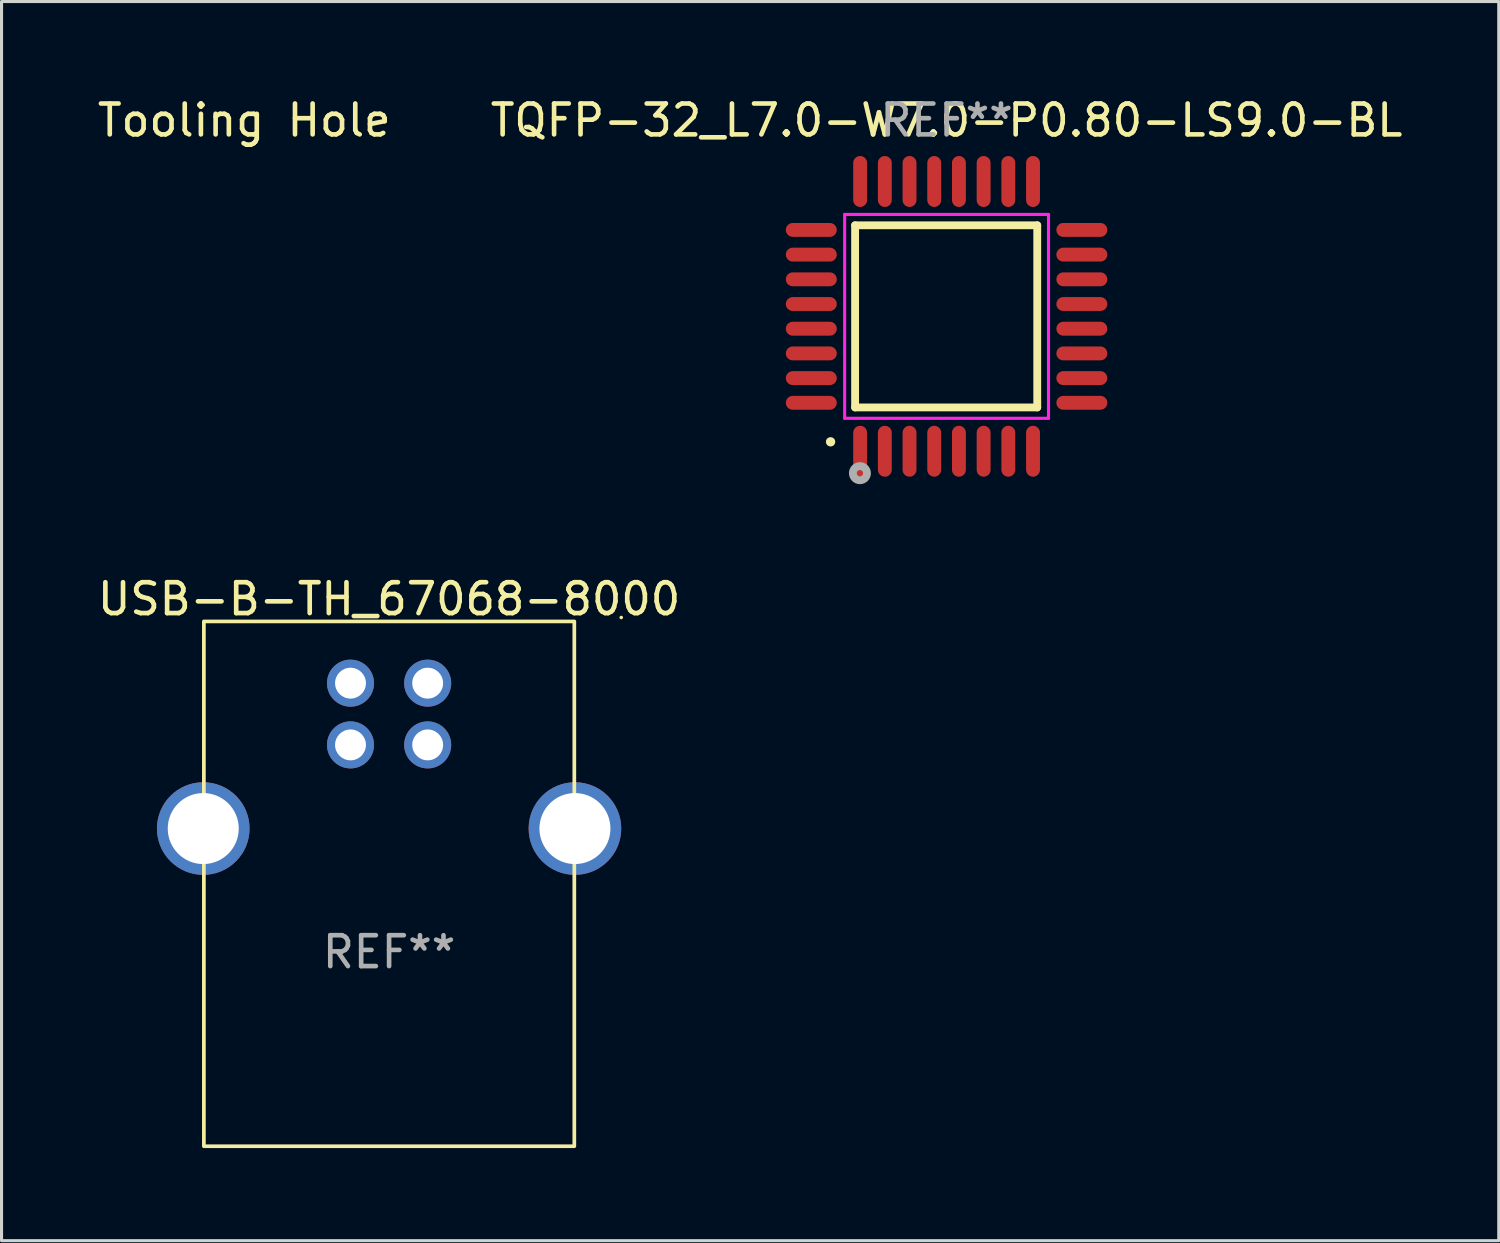
<source format=kicad_pcb>
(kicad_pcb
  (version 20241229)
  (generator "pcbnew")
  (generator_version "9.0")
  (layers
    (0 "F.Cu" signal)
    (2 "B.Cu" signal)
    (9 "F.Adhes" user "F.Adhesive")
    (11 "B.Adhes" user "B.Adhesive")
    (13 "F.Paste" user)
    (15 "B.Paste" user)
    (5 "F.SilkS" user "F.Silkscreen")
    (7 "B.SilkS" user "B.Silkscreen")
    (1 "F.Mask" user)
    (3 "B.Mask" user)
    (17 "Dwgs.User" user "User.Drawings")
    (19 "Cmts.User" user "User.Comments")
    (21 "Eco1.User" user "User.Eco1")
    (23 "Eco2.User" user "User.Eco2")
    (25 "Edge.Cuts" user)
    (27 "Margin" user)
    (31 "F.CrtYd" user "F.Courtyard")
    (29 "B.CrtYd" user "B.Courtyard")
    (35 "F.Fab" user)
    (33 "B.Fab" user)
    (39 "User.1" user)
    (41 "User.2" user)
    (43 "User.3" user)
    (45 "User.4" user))
  (footprint "TQFP-32_L7.0-W7.0-P0.80-LS9.0-BL"
    (layer "F.Cu")
    (at 27.613 7.198)
    (property "Reference" "TQFP-32_L7.0-W7.0-P0.80-LS9.0-BL" (at 0 -6.35 0) (layer "F.SilkS") (effects (font (size 1 1) (thickness 0.15))))
    (attr through_hole)
    (fp_line (start -2.963 -2.95) (end -2.963 2.95) (stroke (width 0.254) (type solid)) (layer "F.SilkS"))
    (fp_line (start -2.963 2.95) (end 2.937 2.95) (stroke (width 0.254) (type solid)) (layer "F.SilkS"))
    (fp_line (start 2.937 -2.95) (end -2.963 -2.95) (stroke (width 0.254) (type solid)) (layer "F.SilkS"))
    (fp_line (start 2.937 2.95) (end 2.937 -2.95) (stroke (width 0.254) (type solid)) (layer "F.SilkS"))
    (fp_arc (start -3.759208 4.064008) (mid -3.757938 4.064003) (end -3.756668 4.064008) (stroke (width 0.3) (type solid)) (layer "F.SilkS"))
    (fp_line (start -3.302 -3.302) (end 3.302 -3.302) (stroke (width 0.1) (type solid)) (layer "F.CrtYd"))
    (fp_line (start -3.302 3.302) (end -3.302 -3.302) (stroke (width 0.1) (type solid)) (layer "F.CrtYd"))
    (fp_line (start 3.302 -3.302) (end 3.302 3.302) (stroke (width 0.1) (type solid)) (layer "F.CrtYd"))
    (fp_line (start 3.302 3.302) (end -3.302 3.302) (stroke (width 0.1) (type solid)) (layer "F.CrtYd"))
    (fp_circle (center -2.807 5.08) (end -2.705 5.08) (stroke (width 0.254) (type solid)) (fill no) (layer "F.Fab"))
    (fp_text user "REF**" (at 0 -6.35 0) (layer "F.Fab") (effects (font (size 1 1) (thickness 0.15))))
    (pad "1" smd oval (at -2.8 4.369) (size 0.45 1.65) (layers "F.Cu" "F.Mask" "F.Paste"))
    (pad "2" smd oval (at -2 4.369) (size 0.45 1.65) (layers "F.Cu" "F.Mask" "F.Paste"))
    (pad "3" smd oval (at -1.2 4.369) (size 0.45 1.65) (layers "F.Cu" "F.Mask" "F.Paste"))
    (pad "4" smd oval (at -0.4 4.369) (size 0.45 1.65) (layers "F.Cu" "F.Mask" "F.Paste"))
    (pad "5" smd oval (at 0.4 4.369) (size 0.45 1.65) (layers "F.Cu" "F.Mask" "F.Paste"))
    (pad "6" smd oval (at 1.2 4.369) (size 0.45 1.65) (layers "F.Cu" "F.Mask" "F.Paste"))
    (pad "7" smd oval (at 2 4.369) (size 0.45 1.65) (layers "F.Cu" "F.Mask" "F.Paste"))
    (pad "8" smd oval (at 2.8 4.369) (size 0.45 1.65) (layers "F.Cu" "F.Mask" "F.Paste"))
    (pad "9" smd oval (at 4.382 2.8) (size 1.65 0.45) (layers "F.Cu" "F.Mask" "F.Paste"))
    (pad "10" smd oval (at 4.382 2) (size 1.65 0.45) (layers "F.Cu" "F.Mask" "F.Paste"))
    (pad "11" smd oval (at 4.382 1.2) (size 1.65 0.45) (layers "F.Cu" "F.Mask" "F.Paste"))
    (pad "12" smd oval (at 4.382 0.4) (size 1.65 0.45) (layers "F.Cu" "F.Mask" "F.Paste"))
    (pad "13" smd oval (at 4.382 -0.4) (size 1.65 0.45) (layers "F.Cu" "F.Mask" "F.Paste"))
    (pad "14" smd oval (at 4.382 -1.2) (size 1.65 0.45) (layers "F.Cu" "F.Mask" "F.Paste"))
    (pad "15" smd oval (at 4.382 -2) (size 1.65 0.45) (layers "F.Cu" "F.Mask" "F.Paste"))
    (pad "16" smd oval (at 4.382 -2.8) (size 1.65 0.45) (layers "F.Cu" "F.Mask" "F.Paste"))
    (pad "17" smd oval (at 2.8 -4.369) (size 0.45 1.65) (layers "F.Cu" "F.Mask" "F.Paste"))
    (pad "18" smd oval (at 2 -4.369) (size 0.45 1.65) (layers "F.Cu" "F.Mask" "F.Paste"))
    (pad "19" smd oval (at 1.2 -4.369) (size 0.45 1.65) (layers "F.Cu" "F.Mask" "F.Paste"))
    (pad "20" smd oval (at 0.4 -4.369) (size 0.45 1.65) (layers "F.Cu" "F.Mask" "F.Paste"))
    (pad "21" smd oval (at -0.4 -4.369) (size 0.45 1.65) (layers "F.Cu" "F.Mask" "F.Paste"))
    (pad "22" smd oval (at -1.2 -4.369) (size 0.45 1.65) (layers "F.Cu" "F.Mask" "F.Paste"))
    (pad "23" smd oval (at -2 -4.369) (size 0.45 1.65) (layers "F.Cu" "F.Mask" "F.Paste"))
    (pad "24" smd oval (at -2.8 -4.369) (size 0.45 1.65) (layers "F.Cu" "F.Mask" "F.Paste"))
    (pad "25" smd oval (at -4.382 -2.8) (size 1.65 0.45) (layers "F.Cu" "F.Mask" "F.Paste"))
    (pad "26" smd oval (at -4.382 -2) (size 1.65 0.45) (layers "F.Cu" "F.Mask" "F.Paste"))
    (pad "27" smd oval (at -4.382 -1.2) (size 1.65 0.45) (layers "F.Cu" "F.Mask" "F.Paste"))
    (pad "28" smd oval (at -4.382 -0.4) (size 1.65 0.45) (layers "F.Cu" "F.Mask" "F.Paste"))
    (pad "29" smd oval (at -4.382 0.4) (size 1.65 0.45) (layers "F.Cu" "F.Mask" "F.Paste"))
    (pad "30" smd oval (at -4.382 1.2) (size 1.65 0.45) (layers "F.Cu" "F.Mask" "F.Paste"))
    (pad "31" smd oval (at -4.382 2) (size 1.65 0.45) (layers "F.Cu" "F.Mask" "F.Paste"))
    (pad "32" smd oval (at -4.382 2.8) (size 1.65 0.45) (layers "F.Cu" "F.Mask" "F.Paste")))
  (footprint "USB-B-TH_67068-8000"
    (layer "F.Cu")
    (at 9.554 21.435)
    (property "Reference" "USB-B-TH_67068-8000" (at 0 -5.08 0) (layer "F.SilkS") (effects (font (size 1 1) (thickness 0.15))))
    (attr through_hole)
    (fp_circle (center 7.52 -4.482) (end 7.55 -4.482) (stroke (width 0.06) (type solid)) (fill no) (layer "F.SilkS"))
    (fp_poly (pts (xy -6 -4.355) (xy 6 -4.355) (xy 6 12.645) (xy -6 12.645)) (stroke (width 0.12) (type solid)) (fill no) (layer "F.SilkS"))
    (fp_text user "REF**" (at 0 6.355 0) (layer "F.Fab") (effects (font (size 1 1) (thickness 0.15))))
    (pad "1" thru_hole circle (at 1.25 -2.355) (size 1.524 1.524) (drill 1) (layers "*.Cu" "*.Mask"))
    (pad "2" thru_hole circle (at -1.25 -2.355) (size 1.524 1.524) (drill 1) (layers "*.Cu" "*.Mask"))
    (pad "3" thru_hole circle (at -1.25 -0.355) (size 1.524 1.524) (drill 1) (layers "*.Cu" "*.Mask"))
    (pad "4" thru_hole circle (at 1.25 -0.355) (size 1.524 1.524) (drill 1) (layers "*.Cu" "*.Mask"))
    (pad "5" thru_hole circle (at -6.02 2.355) (size 3 3) (drill 2.3) (layers "*.Cu" "*.Mask"))
    (pad "5" thru_hole circle (at 6.02 2.355) (size 3 3) (drill 2.3) (layers "*.Cu" "*.Mask")))
  (footprint "Tooling Hole"
    (layer "F.Cu")
    (at 4.863 1.348)
    (property "Reference" "Tooling Hole" (at 0 -0.5 0) (unlocked yes) (layer "F.SilkS") (effects (font (size 1 1) (thickness 0.15))))
    (attr through_hole)
    (pad "" np_thru_hole circle (at 0 0) (size 0.001 0.001) (drill 1.152) (layers "*.Cu" "*.Mask")))
  (gr_rect
    (start -3 -3)
    (end 45.5 37.14)
    (stroke (width 0.1) (type default))
    (fill no)
    (layer "Edge.Cuts")))
</source>
